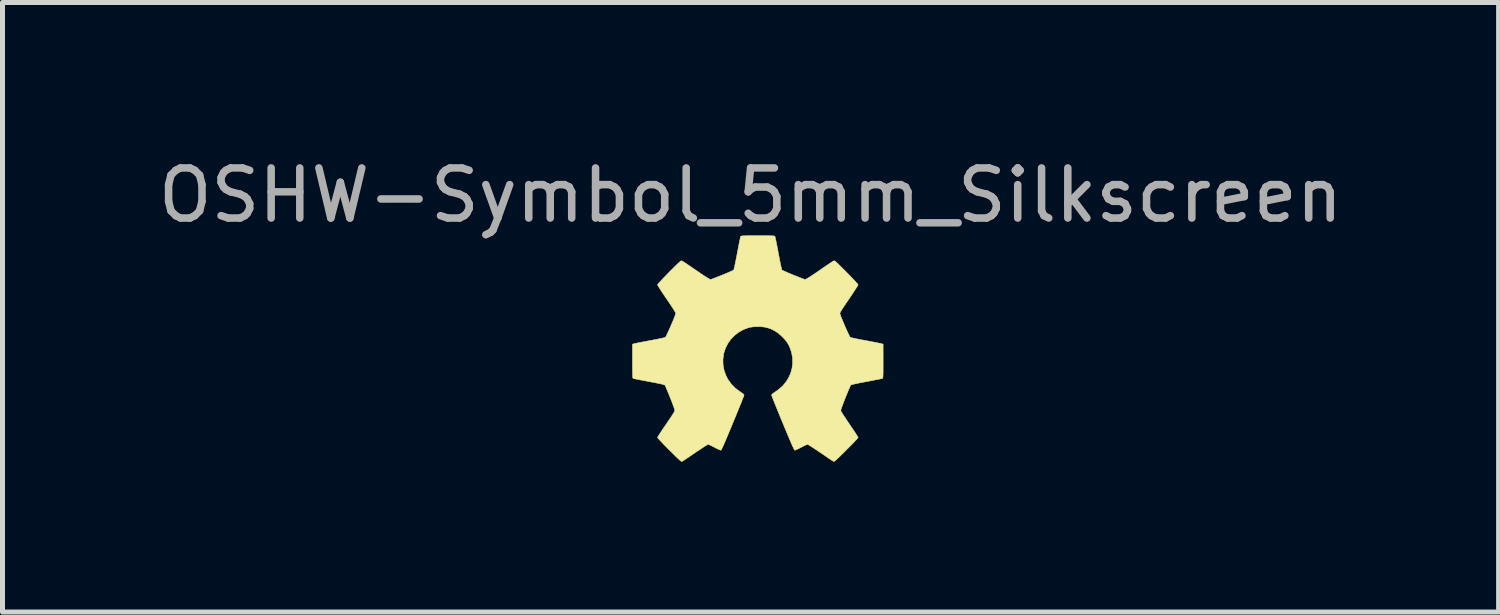
<source format=kicad_pcb>
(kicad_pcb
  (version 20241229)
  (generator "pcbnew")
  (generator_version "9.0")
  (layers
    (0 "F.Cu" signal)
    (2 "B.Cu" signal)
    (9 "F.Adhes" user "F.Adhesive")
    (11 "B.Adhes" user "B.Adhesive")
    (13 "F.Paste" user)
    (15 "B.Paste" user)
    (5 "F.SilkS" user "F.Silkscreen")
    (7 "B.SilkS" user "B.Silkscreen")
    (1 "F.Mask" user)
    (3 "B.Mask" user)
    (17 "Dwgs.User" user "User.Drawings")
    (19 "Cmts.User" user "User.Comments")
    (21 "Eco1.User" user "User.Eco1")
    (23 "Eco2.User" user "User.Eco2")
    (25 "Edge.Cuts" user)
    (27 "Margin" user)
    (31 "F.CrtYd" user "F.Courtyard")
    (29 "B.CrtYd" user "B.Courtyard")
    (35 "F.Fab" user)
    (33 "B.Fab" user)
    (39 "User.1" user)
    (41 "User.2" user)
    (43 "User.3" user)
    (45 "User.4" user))
  (footprint "OSHW-Symbol_5mm_Silkscreen"
    (layer "F.Cu")
    (at 12.075 3.908)
    (property "Reference" "OSHW-Symbol_5mm_Silkscreen" (at -0.14 -3.06 0) (layer "F.Fab") (effects (font (size 1 1) (thickness 0.15))))
    (attr exclude_from_pos_files exclude_from_bom)
    (fp_poly (pts (xy 0.088 -2.252) (xy 0.157 -2.252) (xy 0.212 -2.252) (xy 0.255 -2.251) (xy 0.287 -2.25) (xy 0.31 -2.249) (xy 0.326 -2.247) (xy 0.336 -2.245) (xy 0.342 -2.242) (xy 0.346 -2.238) (xy 0.347 -2.236) (xy 0.35 -2.224) (xy 0.356 -2.197) (xy 0.365 -2.158) (xy 0.375 -2.108) (xy 0.387 -2.049) (xy 0.4 -1.982) (xy 0.413 -1.911) (xy 0.415 -1.899) (xy 0.429 -1.827) (xy 0.442 -1.761) (xy 0.454 -1.701) (xy 0.465 -1.65) (xy 0.474 -1.61) (xy 0.481 -1.582) (xy 0.485 -1.569) (xy 0.486 -1.568) (xy 0.497 -1.561) (xy 0.522 -1.55) (xy 0.557 -1.534) (xy 0.6 -1.515) (xy 0.65 -1.494) (xy 0.702 -1.472) (xy 0.756 -1.451) (xy 0.807 -1.43) (xy 0.854 -1.412) (xy 0.894 -1.396) (xy 0.926 -1.385) (xy 0.945 -1.379) (xy 0.949 -1.378) (xy 0.961 -1.382) (xy 0.983 -1.394) (xy 1.017 -1.414) (xy 1.062 -1.443) (xy 1.12 -1.481) (xy 1.191 -1.529) (xy 1.232 -1.557) (xy 1.302 -1.606) (xy 1.361 -1.646) (xy 1.408 -1.678) (xy 1.445 -1.703) (xy 1.473 -1.722) (xy 1.494 -1.735) (xy 1.509 -1.744) (xy 1.52 -1.749) (xy 1.527 -1.751) (xy 1.533 -1.751) (xy 1.537 -1.75) (xy 1.539 -1.749) (xy 1.55 -1.741) (xy 1.571 -1.723) (xy 1.6 -1.697) (xy 1.635 -1.662) (xy 1.675 -1.623) (xy 1.719 -1.579) (xy 1.765 -1.533) (xy 1.811 -1.486) (xy 1.856 -1.44) (xy 1.897 -1.397) (xy 1.935 -1.357) (xy 1.966 -1.323) (xy 1.989 -1.297) (xy 2.003 -1.28) (xy 2.007 -1.273) (xy 2.002 -1.263) (xy 1.989 -1.24) (xy 1.968 -1.206) (xy 1.94 -1.164) (xy 1.908 -1.114) (xy 1.871 -1.058) (xy 1.83 -0.998) (xy 1.825 -0.99) (xy 1.77 -0.91) (xy 1.725 -0.843) (xy 1.689 -0.788) (xy 1.664 -0.747) (xy 1.648 -0.718) (xy 1.643 -0.704) (xy 1.643 -0.703) (xy 1.646 -0.688) (xy 1.655 -0.661) (xy 1.669 -0.623) (xy 1.688 -0.578) (xy 1.709 -0.527) (xy 1.731 -0.474) (xy 1.755 -0.42) (xy 1.778 -0.368) (xy 1.8 -0.32) (xy 1.819 -0.28) (xy 1.835 -0.248) (xy 1.846 -0.229) (xy 1.85 -0.224) (xy 1.862 -0.219) (xy 1.889 -0.213) (xy 1.929 -0.204) (xy 1.979 -0.193) (xy 2.037 -0.181) (xy 2.103 -0.169) (xy 2.168 -0.157) (xy 2.238 -0.144) (xy 2.303 -0.131) (xy 2.361 -0.12) (xy 2.411 -0.11) (xy 2.45 -0.102) (xy 2.476 -0.096) (xy 2.487 -0.093) (xy 2.506 -0.085) (xy 2.506 0.253) (xy 2.506 0.338) (xy 2.506 0.407) (xy 2.506 0.463) (xy 2.505 0.506) (xy 2.504 0.539) (xy 2.503 0.562) (xy 2.501 0.578) (xy 2.498 0.589) (xy 2.495 0.594) (xy 2.492 0.597) (xy 2.491 0.597) (xy 2.48 0.6) (xy 2.454 0.606) (xy 2.415 0.614) (xy 2.365 0.624) (xy 2.307 0.635) (xy 2.241 0.648) (xy 2.172 0.661) (xy 2.087 0.677) (xy 2.018 0.69) (xy 1.963 0.702) (xy 1.921 0.711) (xy 1.89 0.719) (xy 1.87 0.725) (xy 1.86 0.73) (xy 1.857 0.732) (xy 1.852 0.744) (xy 1.841 0.769) (xy 1.825 0.805) (xy 1.806 0.851) (xy 1.784 0.905) (xy 1.76 0.963) (xy 1.752 0.983) (xy 1.721 1.062) (xy 1.697 1.126) (xy 1.679 1.175) (xy 1.667 1.211) (xy 1.662 1.234) (xy 1.661 1.243) (xy 1.667 1.255) (xy 1.681 1.279) (xy 1.703 1.314) (xy 1.731 1.357) (xy 1.764 1.407) (xy 1.801 1.463) (xy 1.836 1.514) (xy 1.875 1.572) (xy 1.912 1.626) (xy 1.944 1.674) (xy 1.97 1.715) (xy 1.99 1.747) (xy 2.003 1.768) (xy 2.007 1.776) (xy 2.001 1.785) (xy 1.984 1.805) (xy 1.958 1.834) (xy 1.924 1.87) (xy 1.883 1.913) (xy 1.836 1.961) (xy 1.785 2.012) (xy 1.771 2.026) (xy 1.71 2.087) (xy 1.659 2.137) (xy 1.618 2.177) (xy 1.586 2.207) (xy 1.561 2.229) (xy 1.543 2.244) (xy 1.531 2.252) (xy 1.522 2.255) (xy 1.519 2.255) (xy 1.509 2.249) (xy 1.486 2.235) (xy 1.452 2.213) (xy 1.41 2.185) (xy 1.361 2.151) (xy 1.307 2.114) (xy 1.258 2.081) (xy 1.201 2.042) (xy 1.147 2.006) (xy 1.099 1.975) (xy 1.058 1.948) (xy 1.026 1.929) (xy 1.005 1.917) (xy 0.997 1.913) (xy 0.984 1.917) (xy 0.959 1.928) (xy 0.926 1.944) (xy 0.887 1.964) (xy 0.869 1.973) (xy 0.829 1.994) (xy 0.793 2.011) (xy 0.764 2.024) (xy 0.746 2.03) (xy 0.742 2.03) (xy 0.738 2.026) (xy 0.73 2.015) (xy 0.72 1.996) (xy 0.707 1.967) (xy 0.689 1.929) (xy 0.668 1.88) (xy 0.642 1.819) (xy 0.611 1.746) (xy 0.574 1.659) (xy 0.532 1.558) (xy 0.503 1.487) (xy 0.465 1.396) (xy 0.43 1.31) (xy 0.397 1.229) (xy 0.367 1.155) (xy 0.34 1.089) (xy 0.318 1.033) (xy 0.3 0.988) (xy 0.288 0.955) (xy 0.281 0.935) (xy 0.279 0.93) (xy 0.287 0.915) (xy 0.307 0.897) (xy 0.315 0.891) (xy 0.339 0.875) (xy 0.371 0.853) (xy 0.405 0.829) (xy 0.412 0.823) (xy 0.495 0.753) (xy 0.564 0.672) (xy 0.619 0.584) (xy 0.661 0.49) (xy 0.688 0.39) (xy 0.7 0.288) (xy 0.697 0.183) (xy 0.678 0.079) (xy 0.648 -0.01) (xy 0.622 -0.068) (xy 0.591 -0.121) (xy 0.552 -0.172) (xy 0.502 -0.226) (xy 0.491 -0.237) (xy 0.416 -0.304) (xy 0.338 -0.356) (xy 0.253 -0.396) (xy 0.191 -0.416) (xy 0.13 -0.429) (xy 0.059 -0.436) (xy -0.016 -0.437) (xy -0.089 -0.433) (xy -0.155 -0.423) (xy -0.182 -0.416) (xy -0.282 -0.379) (xy -0.374 -0.328) (xy -0.457 -0.264) (xy -0.53 -0.19) (xy -0.591 -0.105) (xy -0.639 -0.013) (xy -0.672 0.086) (xy -0.678 0.114) (xy -0.692 0.22) (xy -0.689 0.326) (xy -0.671 0.429) (xy -0.637 0.528) (xy -0.59 0.621) (xy -0.528 0.706) (xy -0.454 0.783) (xy -0.404 0.823) (xy -0.371 0.847) (xy -0.338 0.87) (xy -0.312 0.888) (xy -0.307 0.891) (xy -0.283 0.909) (xy -0.272 0.926) (xy -0.271 0.93) (xy -0.274 0.941) (xy -0.283 0.966) (xy -0.298 1.003) (xy -0.317 1.053) (xy -0.341 1.113) (xy -0.369 1.181) (xy -0.4 1.258) (xy -0.434 1.341) (xy -0.471 1.43) (xy -0.495 1.487) (xy -0.54 1.598) (xy -0.58 1.693) (xy -0.614 1.775) (xy -0.643 1.843) (xy -0.668 1.9) (xy -0.688 1.945) (xy -0.704 1.979) (xy -0.716 2.004) (xy -0.725 2.02) (xy -0.731 2.029) (xy -0.734 2.03) (xy -0.746 2.027) (xy -0.771 2.017) (xy -0.804 2.002) (xy -0.843 1.983) (xy -0.861 1.973) (xy -0.901 1.952) (xy -0.937 1.934) (xy -0.966 1.921) (xy -0.985 1.914) (xy -0.989 1.913) (xy -0.999 1.918) (xy -1.022 1.931) (xy -1.055 1.952) (xy -1.097 1.979) (xy -1.146 2.012) (xy -1.201 2.048) (xy -1.25 2.081) (xy -1.307 2.121) (xy -1.361 2.157) (xy -1.409 2.19) (xy -1.45 2.217) (xy -1.482 2.238) (xy -1.503 2.251) (xy -1.511 2.255) (xy -1.517 2.255) (xy -1.527 2.25) (xy -1.541 2.239) (xy -1.562 2.221) (xy -1.59 2.196) (xy -1.625 2.162) (xy -1.67 2.118) (xy -1.724 2.064) (xy -1.763 2.026) (xy -1.815 1.974) (xy -1.863 1.925) (xy -1.905 1.881) (xy -1.941 1.842) (xy -1.97 1.812) (xy -1.989 1.79) (xy -1.998 1.778) (xy -1.998 1.776) (xy -1.993 1.766) (xy -1.98 1.744) (xy -1.959 1.711) (xy -1.932 1.669) (xy -1.9 1.62) (xy -1.863 1.566) (xy -1.827 1.514) (xy -1.788 1.455) (xy -1.751 1.401) (xy -1.718 1.351) (xy -1.691 1.309) (xy -1.67 1.275) (xy -1.657 1.253) (xy -1.653 1.243) (xy -1.654 1.228) (xy -1.662 1.201) (xy -1.676 1.16) (xy -1.696 1.106) (xy -1.722 1.037) (xy -1.744 0.983) (xy -1.768 0.923) (xy -1.791 0.868) (xy -1.811 0.819) (xy -1.827 0.779) (xy -1.84 0.75) (xy -1.848 0.734) (xy -1.849 0.732) (xy -1.856 0.728) (xy -1.872 0.722) (xy -1.897 0.715) (xy -1.934 0.706) (xy -1.983 0.696) (xy -2.046 0.683) (xy -2.124 0.668) (xy -2.164 0.661) (xy -2.234 0.647) (xy -2.299 0.635) (xy -2.357 0.624) (xy -2.407 0.614) (xy -2.446 0.606) (xy -2.472 0.6) (xy -2.483 0.597) (xy -2.487 0.595) (xy -2.49 0.589) (xy -2.492 0.58) (xy -2.494 0.565) (xy -2.495 0.542) (xy -2.496 0.511) (xy -2.497 0.469) (xy -2.497 0.415) (xy -2.498 0.347) (xy -2.498 0.264) (xy -2.498 0.253) (xy -2.498 -0.085) (xy -2.479 -0.093) (xy -2.466 -0.096) (xy -2.439 -0.102) (xy -2.399 -0.111) (xy -2.349 -0.121) (xy -2.29 -0.132) (xy -2.224 -0.144) (xy -2.159 -0.157) (xy -2.09 -0.17) (xy -2.025 -0.182) (xy -1.966 -0.194) (xy -1.917 -0.205) (xy -1.878 -0.213) (xy -1.853 -0.22) (xy -1.842 -0.224) (xy -1.834 -0.234) (xy -1.821 -0.258) (xy -1.804 -0.293) (xy -1.784 -0.336) (xy -1.761 -0.386) (xy -1.738 -0.438) (xy -1.715 -0.492) (xy -1.692 -0.545) (xy -1.672 -0.594) (xy -1.655 -0.637) (xy -1.643 -0.672) (xy -1.635 -0.695) (xy -1.634 -0.703) (xy -1.639 -0.717) (xy -1.654 -0.744) (xy -1.679 -0.785) (xy -1.714 -0.839) (xy -1.758 -0.905) (xy -1.812 -0.985) (xy -1.816 -0.99) (xy -1.857 -1.05) (xy -1.895 -1.107) (xy -1.928 -1.157) (xy -1.956 -1.201) (xy -1.978 -1.236) (xy -1.992 -1.26) (xy -1.998 -1.273) (xy -1.998 -1.273) (xy -1.992 -1.283) (xy -1.976 -1.302) (xy -1.951 -1.33) (xy -1.918 -1.366) (xy -1.88 -1.406) (xy -1.837 -1.45) (xy -1.792 -1.497) (xy -1.746 -1.544) (xy -1.701 -1.589) (xy -1.657 -1.632) (xy -1.618 -1.671) (xy -1.584 -1.703) (xy -1.557 -1.728) (xy -1.538 -1.744) (xy -1.531 -1.749) (xy -1.526 -1.75) (xy -1.521 -1.751) (xy -1.514 -1.749) (xy -1.505 -1.745) (xy -1.491 -1.738) (xy -1.472 -1.726) (xy -1.445 -1.709) (xy -1.411 -1.686) (xy -1.367 -1.656) (xy -1.313 -1.619) (xy -1.246 -1.573) (xy -1.222 -1.557) (xy -1.145 -1.504) (xy -1.081 -1.461) (xy -1.029 -1.427) (xy -0.99 -1.403) (xy -0.962 -1.387) (xy -0.945 -1.379) (xy -0.94 -1.378) (xy -0.927 -1.382) (xy -0.9 -1.391) (xy -0.864 -1.405) (xy -0.819 -1.422) (xy -0.769 -1.442) (xy -0.716 -1.463) (xy -0.663 -1.485) (xy -0.612 -1.506) (xy -0.566 -1.526) (xy -0.527 -1.543) (xy -0.497 -1.557) (xy -0.48 -1.566) (xy -0.477 -1.568) (xy -0.474 -1.578) (xy -0.467 -1.604) (xy -0.458 -1.642) (xy -0.448 -1.691) (xy -0.436 -1.75) (xy -0.423 -1.815) (xy -0.409 -1.886) (xy -0.407 -1.899) (xy -0.393 -1.971) (xy -0.38 -2.038) (xy -0.369 -2.099) (xy -0.358 -2.15) (xy -0.349 -2.192) (xy -0.343 -2.22) (xy -0.339 -2.235) (xy -0.338 -2.236) (xy -0.336 -2.24) (xy -0.331 -2.243) (xy -0.323 -2.246) (xy -0.31 -2.248) (xy -0.291 -2.25) (xy -0.263 -2.251) (xy -0.226 -2.251) (xy -0.177 -2.252) (xy -0.116 -2.252) (xy -0.04 -2.252) (xy 0.004 -2.252) (xy 0.088 -2.252)) (stroke (width 0.01) (type solid)) (fill yes) (layer "F.SilkS")))
  (gr_rect
    (start -3 -3)
    (end 26.869 9.169)
    (stroke (width 0.1) (type default))
    (fill no)
    (layer "Edge.Cuts")))
</source>
